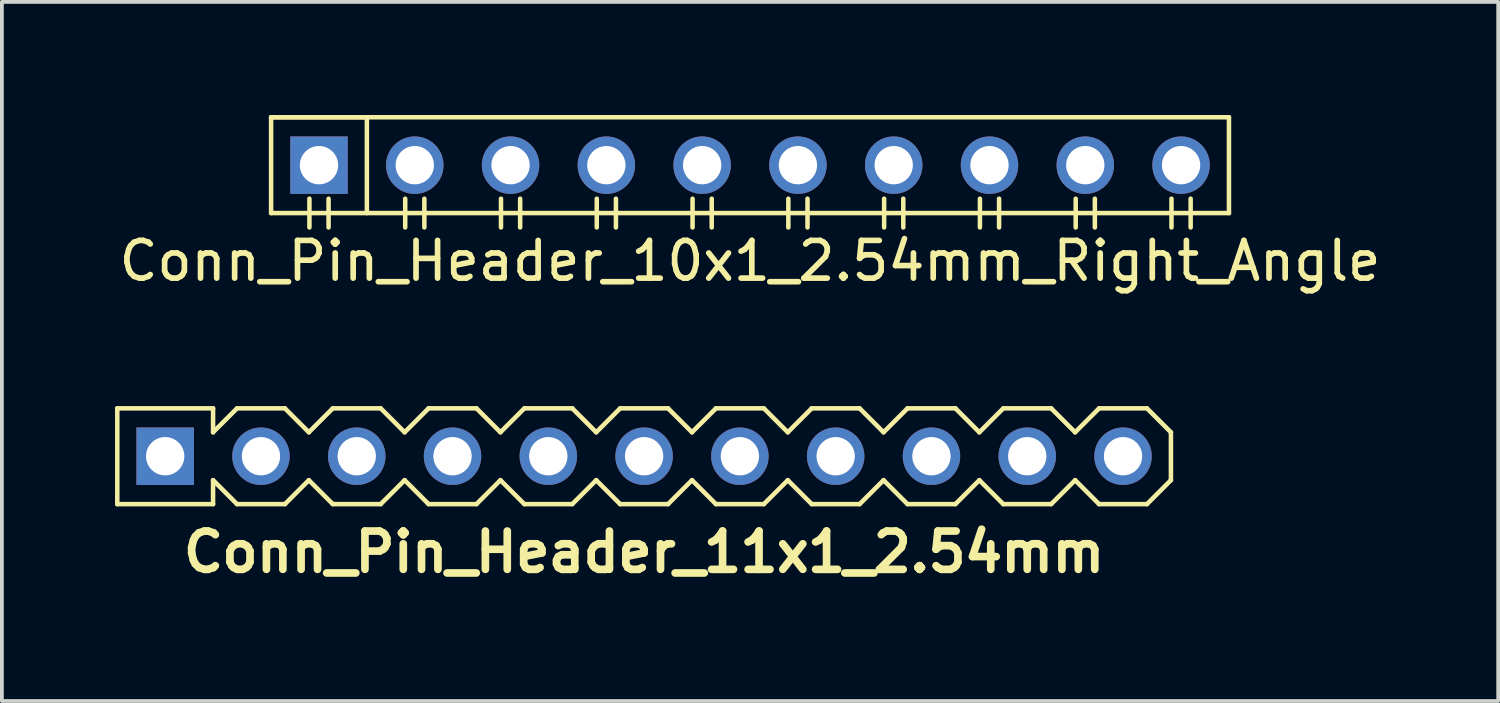
<source format=kicad_pcb>
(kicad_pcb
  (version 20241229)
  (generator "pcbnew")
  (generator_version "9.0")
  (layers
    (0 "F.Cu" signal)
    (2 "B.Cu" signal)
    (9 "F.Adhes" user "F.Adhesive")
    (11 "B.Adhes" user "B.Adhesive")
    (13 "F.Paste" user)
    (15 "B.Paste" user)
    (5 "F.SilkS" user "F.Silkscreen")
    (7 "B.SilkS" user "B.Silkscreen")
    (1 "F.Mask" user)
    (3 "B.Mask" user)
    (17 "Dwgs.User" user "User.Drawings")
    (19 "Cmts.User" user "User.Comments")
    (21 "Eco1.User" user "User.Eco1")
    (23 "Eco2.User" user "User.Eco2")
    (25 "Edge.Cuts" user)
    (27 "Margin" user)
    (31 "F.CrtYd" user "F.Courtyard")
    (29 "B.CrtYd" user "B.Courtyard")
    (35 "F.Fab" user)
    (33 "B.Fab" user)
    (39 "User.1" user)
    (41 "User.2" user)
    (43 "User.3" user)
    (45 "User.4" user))
  (footprint "Conn_Pin_Header_11x1_2.54mm"
    (layer "F.Cu")
    (at 14.03 9.048)
    (property "Reference" "Conn_Pin_Header_11x1_2.54mm" (at 0 2.54 0) (layer "F.SilkS") (effects (font (size 1.016 1.016) (thickness 0.203))))
    (attr through_hole)
    (fp_line (start -13.97 -1.27) (end -13.97 1.27) (stroke (width 0.12) (type solid)) (layer "F.SilkS"))
    (fp_line (start -13.97 1.27) (end -11.43 1.27) (stroke (width 0.12) (type solid)) (layer "F.SilkS"))
    (fp_line (start -11.43 -1.27) (end -13.97 -1.27) (stroke (width 0.12) (type solid)) (layer "F.SilkS"))
    (fp_line (start -11.43 -0.635) (end -11.43 -1.27) (stroke (width 0.12) (type solid)) (layer "F.SilkS"))
    (fp_line (start -11.43 0.635) (end -10.795 1.27) (stroke (width 0.12) (type solid)) (layer "F.SilkS"))
    (fp_line (start -11.43 1.27) (end -11.43 0.635) (stroke (width 0.12) (type solid)) (layer "F.SilkS"))
    (fp_line (start -10.795 -1.27) (end -11.43 -0.635) (stroke (width 0.12) (type solid)) (layer "F.SilkS"))
    (fp_line (start -10.795 1.27) (end -9.525 1.27) (stroke (width 0.12) (type solid)) (layer "F.SilkS"))
    (fp_line (start -9.525 -1.27) (end -10.795 -1.27) (stroke (width 0.12) (type solid)) (layer "F.SilkS"))
    (fp_line (start -9.525 1.27) (end -8.89 0.635) (stroke (width 0.12) (type solid)) (layer "F.SilkS"))
    (fp_line (start -8.89 -0.635) (end -9.525 -1.27) (stroke (width 0.12) (type solid)) (layer "F.SilkS"))
    (fp_line (start -8.89 0.635) (end -8.255 1.27) (stroke (width 0.12) (type solid)) (layer "F.SilkS"))
    (fp_line (start -8.255 -1.27) (end -8.89 -0.635) (stroke (width 0.12) (type solid)) (layer "F.SilkS"))
    (fp_line (start -8.255 1.27) (end -6.985 1.27) (stroke (width 0.12) (type solid)) (layer "F.SilkS"))
    (fp_line (start -6.985 -1.27) (end -8.255 -1.27) (stroke (width 0.12) (type solid)) (layer "F.SilkS"))
    (fp_line (start -6.985 1.27) (end -6.35 0.635) (stroke (width 0.12) (type solid)) (layer "F.SilkS"))
    (fp_line (start -6.35 -0.635) (end -6.985 -1.27) (stroke (width 0.12) (type solid)) (layer "F.SilkS"))
    (fp_line (start -6.35 0.635) (end -5.715 1.27) (stroke (width 0.12) (type solid)) (layer "F.SilkS"))
    (fp_line (start -5.715 -1.27) (end -6.35 -0.635) (stroke (width 0.12) (type solid)) (layer "F.SilkS"))
    (fp_line (start -5.715 1.27) (end -4.445 1.27) (stroke (width 0.12) (type solid)) (layer "F.SilkS"))
    (fp_line (start -4.445 -1.27) (end -5.715 -1.27) (stroke (width 0.12) (type solid)) (layer "F.SilkS"))
    (fp_line (start -4.445 1.27) (end -3.81 0.635) (stroke (width 0.12) (type solid)) (layer "F.SilkS"))
    (fp_line (start -3.81 -0.635) (end -4.445 -1.27) (stroke (width 0.12) (type solid)) (layer "F.SilkS"))
    (fp_line (start -3.81 0.635) (end -3.175 1.27) (stroke (width 0.12) (type solid)) (layer "F.SilkS"))
    (fp_line (start -3.175 -1.27) (end -3.81 -0.635) (stroke (width 0.12) (type solid)) (layer "F.SilkS"))
    (fp_line (start -3.175 1.27) (end -1.905 1.27) (stroke (width 0.12) (type solid)) (layer "F.SilkS"))
    (fp_line (start -1.905 -1.27) (end -3.175 -1.27) (stroke (width 0.12) (type solid)) (layer "F.SilkS"))
    (fp_line (start -1.905 1.27) (end -1.27 0.635) (stroke (width 0.12) (type solid)) (layer "F.SilkS"))
    (fp_line (start -1.27 -0.635) (end -1.905 -1.27) (stroke (width 0.12) (type solid)) (layer "F.SilkS"))
    (fp_line (start -1.27 0.635) (end -0.635 1.27) (stroke (width 0.12) (type solid)) (layer "F.SilkS"))
    (fp_line (start -0.635 -1.27) (end -1.27 -0.635) (stroke (width 0.12) (type solid)) (layer "F.SilkS"))
    (fp_line (start -0.635 1.27) (end 0.635 1.27) (stroke (width 0.12) (type solid)) (layer "F.SilkS"))
    (fp_line (start 0.635 -1.27) (end -0.635 -1.27) (stroke (width 0.12) (type solid)) (layer "F.SilkS"))
    (fp_line (start 0.635 1.27) (end 1.27 0.635) (stroke (width 0.12) (type solid)) (layer "F.SilkS"))
    (fp_line (start 1.27 -0.635) (end 0.635 -1.27) (stroke (width 0.12) (type solid)) (layer "F.SilkS"))
    (fp_line (start 1.27 0.635) (end 1.905 1.27) (stroke (width 0.12) (type solid)) (layer "F.SilkS"))
    (fp_line (start 1.905 -1.27) (end 1.27 -0.635) (stroke (width 0.12) (type solid)) (layer "F.SilkS"))
    (fp_line (start 1.905 1.27) (end 3.175 1.27) (stroke (width 0.12) (type solid)) (layer "F.SilkS"))
    (fp_line (start 3.175 -1.27) (end 1.905 -1.27) (stroke (width 0.12) (type solid)) (layer "F.SilkS"))
    (fp_line (start 3.175 1.27) (end 3.81 0.635) (stroke (width 0.12) (type solid)) (layer "F.SilkS"))
    (fp_line (start 3.81 -0.635) (end 3.175 -1.27) (stroke (width 0.12) (type solid)) (layer "F.SilkS"))
    (fp_line (start 3.81 0.635) (end 4.445 1.27) (stroke (width 0.12) (type solid)) (layer "F.SilkS"))
    (fp_line (start 4.445 -1.27) (end 3.81 -0.635) (stroke (width 0.12) (type solid)) (layer "F.SilkS"))
    (fp_line (start 4.445 1.27) (end 5.715 1.27) (stroke (width 0.12) (type solid)) (layer "F.SilkS"))
    (fp_line (start 5.715 -1.27) (end 4.445 -1.27) (stroke (width 0.12) (type solid)) (layer "F.SilkS"))
    (fp_line (start 5.715 1.27) (end 6.35 0.635) (stroke (width 0.12) (type solid)) (layer "F.SilkS"))
    (fp_line (start 6.35 -0.635) (end 5.715 -1.27) (stroke (width 0.12) (type solid)) (layer "F.SilkS"))
    (fp_line (start 6.35 0.635) (end 6.985 1.27) (stroke (width 0.12) (type solid)) (layer "F.SilkS"))
    (fp_line (start 6.985 -1.27) (end 6.35 -0.635) (stroke (width 0.12) (type solid)) (layer "F.SilkS"))
    (fp_line (start 6.985 1.27) (end 8.255 1.27) (stroke (width 0.12) (type solid)) (layer "F.SilkS"))
    (fp_line (start 8.255 -1.27) (end 6.985 -1.27) (stroke (width 0.12) (type solid)) (layer "F.SilkS"))
    (fp_line (start 8.255 1.27) (end 8.89 0.635) (stroke (width 0.12) (type solid)) (layer "F.SilkS"))
    (fp_line (start 8.89 -0.635) (end 8.255 -1.27) (stroke (width 0.12) (type solid)) (layer "F.SilkS"))
    (fp_line (start 8.89 0.635) (end 9.525 1.27) (stroke (width 0.12) (type solid)) (layer "F.SilkS"))
    (fp_line (start 9.525 -1.27) (end 8.89 -0.635) (stroke (width 0.12) (type solid)) (layer "F.SilkS"))
    (fp_line (start 9.525 1.27) (end 10.795 1.27) (stroke (width 0.12) (type solid)) (layer "F.SilkS"))
    (fp_line (start 10.795 -1.27) (end 9.525 -1.27) (stroke (width 0.12) (type solid)) (layer "F.SilkS"))
    (fp_line (start 10.795 1.27) (end 11.43 0.635) (stroke (width 0.12) (type solid)) (layer "F.SilkS"))
    (fp_line (start 11.43 -0.635) (end 10.795 -1.27) (stroke (width 0.12) (type solid)) (layer "F.SilkS"))
    (fp_line (start 11.43 0.635) (end 12.065 1.27) (stroke (width 0.12) (type solid)) (layer "F.SilkS"))
    (fp_line (start 12.065 -1.27) (end 11.43 -0.635) (stroke (width 0.12) (type solid)) (layer "F.SilkS"))
    (fp_line (start 12.065 1.27) (end 13.335 1.27) (stroke (width 0.12) (type solid)) (layer "F.SilkS"))
    (fp_line (start 13.335 -1.27) (end 12.065 -1.27) (stroke (width 0.12) (type solid)) (layer "F.SilkS"))
    (fp_line (start 13.335 1.27) (end 13.97 0.635) (stroke (width 0.12) (type solid)) (layer "F.SilkS"))
    (fp_line (start 13.97 -0.635) (end 13.335 -1.27) (stroke (width 0.12) (type solid)) (layer "F.SilkS"))
    (fp_line (start 13.97 -0.635) (end 13.97 0.635) (stroke (width 0.12) (type solid)) (layer "F.SilkS"))
    (pad "1" thru_hole rect (at -12.7 0) (size 1.524 1.524) (drill 1.016) (layers "*.Cu" "*.Mask"))
    (pad "2" thru_hole circle (at -10.16 0) (size 1.524 1.524) (drill 1.016) (layers "*.Cu" "*.Mask"))
    (pad "3" thru_hole circle (at -7.62 0) (size 1.524 1.524) (drill 1.016) (layers "*.Cu" "*.Mask"))
    (pad "4" thru_hole circle (at -5.08 0) (size 1.524 1.524) (drill 1.016) (layers "*.Cu" "*.Mask"))
    (pad "5" thru_hole circle (at -2.54 0) (size 1.524 1.524) (drill 1.016) (layers "*.Cu" "*.Mask"))
    (pad "6" thru_hole circle (at 0 0) (size 1.524 1.524) (drill 1.016) (layers "*.Cu" "*.Mask"))
    (pad "7" thru_hole circle (at 2.54 0) (size 1.524 1.524) (drill 1.016) (layers "*.Cu" "*.Mask"))
    (pad "8" thru_hole circle (at 5.08 0) (size 1.524 1.524) (drill 1.016) (layers "*.Cu" "*.Mask"))
    (pad "9" thru_hole circle (at 7.62 0) (size 1.524 1.524) (drill 1.016) (layers "*.Cu" "*.Mask"))
    (pad "10" thru_hole circle (at 10.16 0) (size 1.524 1.524) (drill 1.016) (layers "*.Cu" "*.Mask"))
    (pad "11" thru_hole circle (at 12.7 0) (size 1.524 1.524) (drill 1.016) (layers "*.Cu" "*.Mask")))
  (footprint "Conn_Pin_Header_10x1_2.54mm_Right_Angle"
    (layer "F.Cu")
    (at 16.839 1.33)
    (property "Reference" "Conn_Pin_Header_10x1_2.54mm_Right_Angle" (at 0 2.54 0) (layer "F.SilkS") (effects (font (size 1 1) (thickness 0.15))))
    (attr through_hole)
    (fp_line (start -12.7 -1.27) (end -10.16 -1.27) (stroke (width 0.12) (type solid)) (layer "F.SilkS"))
    (fp_line (start -12.7 -1.27) (end 12.7 -1.27) (stroke (width 0.12) (type solid)) (layer "F.SilkS"))
    (fp_line (start -12.7 1.27) (end -12.7 -1.27) (stroke (width 0.12) (type solid)) (layer "F.SilkS"))
    (fp_line (start -11.684 0.889) (end -11.684 1.651) (stroke (width 0.12) (type solid)) (layer "F.SilkS"))
    (fp_line (start -11.176 0.889) (end -11.176 1.651) (stroke (width 0.12) (type solid)) (layer "F.SilkS"))
    (fp_line (start -10.16 -1.27) (end -10.16 1.27) (stroke (width 0.12) (type solid)) (layer "F.SilkS"))
    (fp_line (start -9.144 0.889) (end -9.144 1.651) (stroke (width 0.12) (type solid)) (layer "F.SilkS"))
    (fp_line (start -8.636 0.889) (end -8.636 1.651) (stroke (width 0.12) (type solid)) (layer "F.SilkS"))
    (fp_line (start -6.604 0.889) (end -6.604 1.651) (stroke (width 0.12) (type solid)) (layer "F.SilkS"))
    (fp_line (start -6.096 0.889) (end -6.096 1.651) (stroke (width 0.12) (type solid)) (layer "F.SilkS"))
    (fp_line (start -4.064 0.889) (end -4.064 1.651) (stroke (width 0.12) (type solid)) (layer "F.SilkS"))
    (fp_line (start -3.556 0.889) (end -3.556 1.651) (stroke (width 0.12) (type solid)) (layer "F.SilkS"))
    (fp_line (start -1.524 0.889) (end -1.524 1.651) (stroke (width 0.12) (type solid)) (layer "F.SilkS"))
    (fp_line (start -1.016 0.889) (end -1.016 1.651) (stroke (width 0.12) (type solid)) (layer "F.SilkS"))
    (fp_line (start 1.016 0.889) (end 1.016 1.651) (stroke (width 0.12) (type solid)) (layer "F.SilkS"))
    (fp_line (start 1.524 0.889) (end 1.524 1.651) (stroke (width 0.12) (type solid)) (layer "F.SilkS"))
    (fp_line (start 3.556 0.889) (end 3.556 1.651) (stroke (width 0.12) (type solid)) (layer "F.SilkS"))
    (fp_line (start 4.064 0.889) (end 4.064 1.651) (stroke (width 0.12) (type solid)) (layer "F.SilkS"))
    (fp_line (start 6.096 0.889) (end 6.096 1.651) (stroke (width 0.12) (type solid)) (layer "F.SilkS"))
    (fp_line (start 6.604 0.889) (end 6.604 1.651) (stroke (width 0.12) (type solid)) (layer "F.SilkS"))
    (fp_line (start 8.636 0.889) (end 8.636 1.651) (stroke (width 0.12) (type solid)) (layer "F.SilkS"))
    (fp_line (start 9.144 0.889) (end 9.144 1.651) (stroke (width 0.12) (type solid)) (layer "F.SilkS"))
    (fp_line (start 11.176 0.889) (end 11.176 1.651) (stroke (width 0.12) (type solid)) (layer "F.SilkS"))
    (fp_line (start 11.684 0.889) (end 11.684 1.651) (stroke (width 0.12) (type solid)) (layer "F.SilkS"))
    (fp_line (start 12.7 -1.27) (end 12.7 1.27) (stroke (width 0.12) (type solid)) (layer "F.SilkS"))
    (fp_line (start 12.7 1.27) (end -12.7 1.27) (stroke (width 0.12) (type solid)) (layer "F.SilkS"))
    (pad "1" thru_hole rect (at -11.43 0) (size 1.524 1.524) (drill 1.016) (layers "*.Cu" "*.Mask"))
    (pad "2" thru_hole circle (at -8.89 0) (size 1.524 1.524) (drill 1.016) (layers "*.Cu" "*.Mask"))
    (pad "3" thru_hole circle (at -6.35 0) (size 1.524 1.524) (drill 1.016) (layers "*.Cu" "*.Mask"))
    (pad "4" thru_hole circle (at -3.81 0) (size 1.524 1.524) (drill 1.016) (layers "*.Cu" "*.Mask"))
    (pad "5" thru_hole circle (at -1.27 0) (size 1.524 1.524) (drill 1.016) (layers "*.Cu" "*.Mask"))
    (pad "6" thru_hole circle (at 1.27 0) (size 1.524 1.524) (drill 1.016) (layers "*.Cu" "*.Mask"))
    (pad "7" thru_hole circle (at 3.81 0) (size 1.524 1.524) (drill 1.016) (layers "*.Cu" "*.Mask"))
    (pad "8" thru_hole circle (at 6.35 0) (size 1.524 1.524) (drill 1.016) (layers "*.Cu" "*.Mask"))
    (pad "9" thru_hole circle (at 8.89 0) (size 1.524 1.524) (drill 1.016) (layers "*.Cu" "*.Mask"))
    (pad "10" thru_hole circle (at 11.43 0) (size 1.524 1.524) (drill 1.016) (layers "*.Cu" "*.Mask")))
  (gr_rect
    (start -3 -3)
    (end 36.679 15.539)
    (stroke (width 0.1) (type default))
    (fill no)
    (layer "Edge.Cuts")))
</source>
